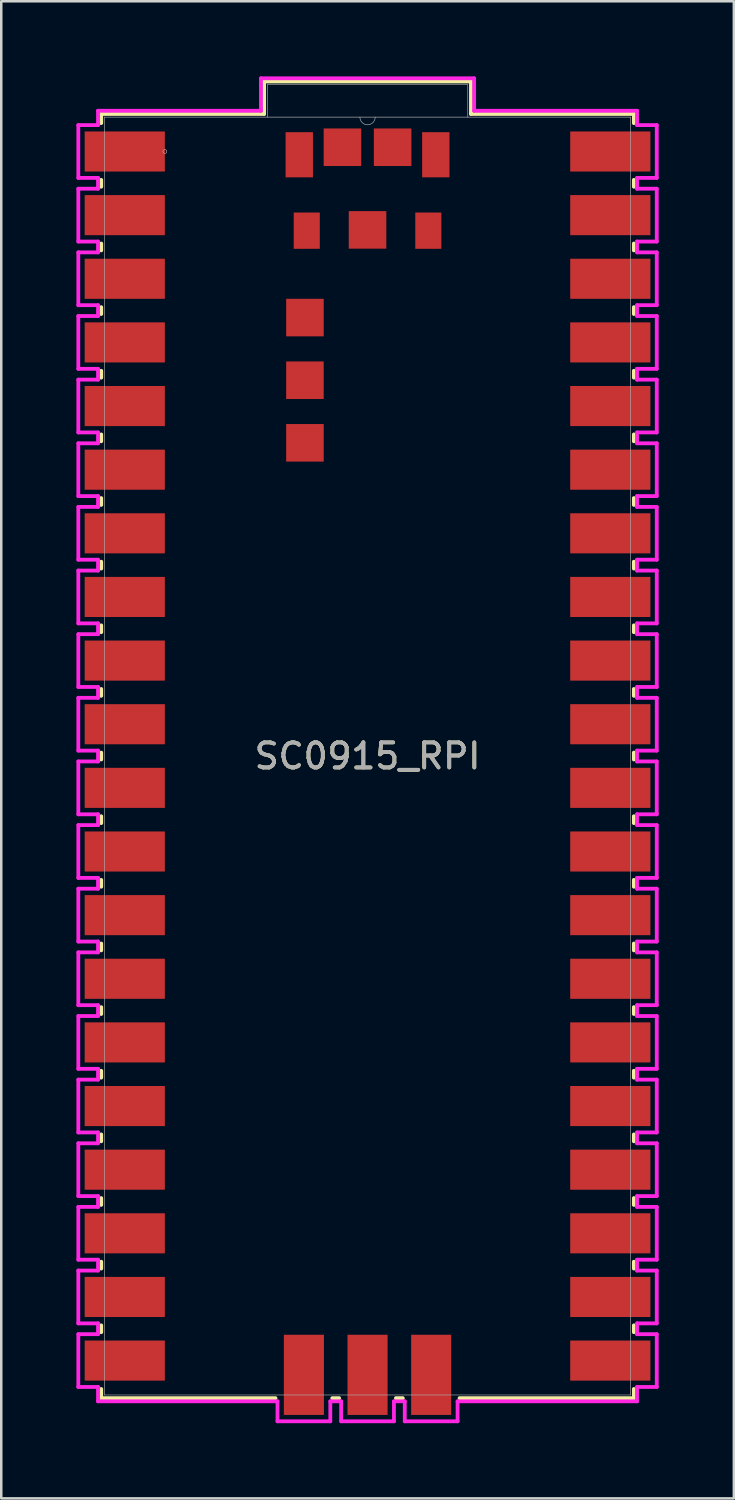
<source format=kicad_pcb>
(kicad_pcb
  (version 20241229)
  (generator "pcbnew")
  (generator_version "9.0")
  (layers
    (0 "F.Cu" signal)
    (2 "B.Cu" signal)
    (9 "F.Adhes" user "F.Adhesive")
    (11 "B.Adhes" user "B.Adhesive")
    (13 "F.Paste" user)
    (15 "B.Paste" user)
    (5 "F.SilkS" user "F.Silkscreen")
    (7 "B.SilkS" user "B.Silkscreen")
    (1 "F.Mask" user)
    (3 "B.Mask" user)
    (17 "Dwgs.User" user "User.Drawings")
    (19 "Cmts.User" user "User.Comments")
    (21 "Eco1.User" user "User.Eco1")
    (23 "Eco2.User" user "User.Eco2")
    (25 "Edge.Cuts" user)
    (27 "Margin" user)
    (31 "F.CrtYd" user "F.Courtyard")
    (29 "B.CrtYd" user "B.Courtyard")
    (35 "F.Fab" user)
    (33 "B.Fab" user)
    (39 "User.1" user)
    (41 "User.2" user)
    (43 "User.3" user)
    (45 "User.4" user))
  (footprint "SC0915_RPI"
    (layer "F.Cu")
    (at 11.62 27.127)
    (property "Reference" "SC0915_RPI" (at 0 0 0) (unlocked yes) (layer "F.SilkS") (effects (font (size 1 1) (thickness 0.15))))
    (attr smd)
    (fp_line (start -10.63 -25.629) (end -4.128 -25.629) (stroke (width 0.152) (type solid)) (layer "F.SilkS"))
    (fp_line (start -10.63 -25.263) (end -10.63 -25.629) (stroke (width 0.152) (type solid)) (layer "F.SilkS"))
    (fp_line (start -10.63 -22.723) (end -10.63 -22.997) (stroke (width 0.152) (type solid)) (layer "F.SilkS"))
    (fp_line (start -10.63 -20.183) (end -10.63 -20.457) (stroke (width 0.152) (type solid)) (layer "F.SilkS"))
    (fp_line (start -10.63 -17.643) (end -10.63 -17.917) (stroke (width 0.152) (type solid)) (layer "F.SilkS"))
    (fp_line (start -10.63 -15.103) (end -10.63 -15.377) (stroke (width 0.152) (type solid)) (layer "F.SilkS"))
    (fp_line (start -10.63 -12.563) (end -10.63 -12.837) (stroke (width 0.152) (type solid)) (layer "F.SilkS"))
    (fp_line (start -10.63 -10.023) (end -10.63 -10.297) (stroke (width 0.152) (type solid)) (layer "F.SilkS"))
    (fp_line (start -10.63 -7.483) (end -10.63 -7.757) (stroke (width 0.152) (type solid)) (layer "F.SilkS"))
    (fp_line (start -10.63 -4.943) (end -10.63 -5.217) (stroke (width 0.152) (type solid)) (layer "F.SilkS"))
    (fp_line (start -10.63 -2.403) (end -10.63 -2.677) (stroke (width 0.152) (type solid)) (layer "F.SilkS"))
    (fp_line (start -10.63 0.137) (end -10.63 -0.137) (stroke (width 0.152) (type solid)) (layer "F.SilkS"))
    (fp_line (start -10.63 2.677) (end -10.63 2.403) (stroke (width 0.152) (type solid)) (layer "F.SilkS"))
    (fp_line (start -10.63 5.217) (end -10.63 4.943) (stroke (width 0.152) (type solid)) (layer "F.SilkS"))
    (fp_line (start -10.63 7.757) (end -10.63 7.483) (stroke (width 0.152) (type solid)) (layer "F.SilkS"))
    (fp_line (start -10.63 10.297) (end -10.63 10.023) (stroke (width 0.152) (type solid)) (layer "F.SilkS"))
    (fp_line (start -10.63 12.837) (end -10.63 12.563) (stroke (width 0.152) (type solid)) (layer "F.SilkS"))
    (fp_line (start -10.63 15.377) (end -10.63 15.103) (stroke (width 0.152) (type solid)) (layer "F.SilkS"))
    (fp_line (start -10.63 17.917) (end -10.63 17.643) (stroke (width 0.152) (type solid)) (layer "F.SilkS"))
    (fp_line (start -10.63 20.457) (end -10.63 20.183) (stroke (width 0.152) (type solid)) (layer "F.SilkS"))
    (fp_line (start -10.63 22.997) (end -10.63 22.723) (stroke (width 0.152) (type solid)) (layer "F.SilkS"))
    (fp_line (start -10.63 25.629) (end -10.63 25.263) (stroke (width 0.152) (type solid)) (layer "F.SilkS"))
    (fp_line (start -4.128 -26.924) (end 4.128 -26.924) (stroke (width 0.152) (type solid)) (layer "F.SilkS"))
    (fp_line (start -4.128 -25.629) (end -4.128 -26.924) (stroke (width 0.152) (type solid)) (layer "F.SilkS"))
    (fp_line (start -3.673 25.629) (end -10.63 25.629) (stroke (width 0.152) (type solid)) (layer "F.SilkS"))
    (fp_line (start -1.133 25.629) (end -1.407 25.629) (stroke (width 0.152) (type solid)) (layer "F.SilkS"))
    (fp_line (start 1.407 25.629) (end 1.133 25.629) (stroke (width 0.152) (type solid)) (layer "F.SilkS"))
    (fp_line (start 4.128 -26.924) (end 4.128 -25.629) (stroke (width 0.152) (type solid)) (layer "F.SilkS"))
    (fp_line (start 4.128 -25.629) (end 10.63 -25.629) (stroke (width 0.152) (type solid)) (layer "F.SilkS"))
    (fp_line (start 10.63 -25.629) (end 10.63 -25.263) (stroke (width 0.152) (type solid)) (layer "F.SilkS"))
    (fp_line (start 10.63 -22.997) (end 10.63 -22.723) (stroke (width 0.152) (type solid)) (layer "F.SilkS"))
    (fp_line (start 10.63 -20.457) (end 10.63 -20.183) (stroke (width 0.152) (type solid)) (layer "F.SilkS"))
    (fp_line (start 10.63 -17.917) (end 10.63 -17.643) (stroke (width 0.152) (type solid)) (layer "F.SilkS"))
    (fp_line (start 10.63 -15.377) (end 10.63 -15.103) (stroke (width 0.152) (type solid)) (layer "F.SilkS"))
    (fp_line (start 10.63 -12.837) (end 10.63 -12.563) (stroke (width 0.152) (type solid)) (layer "F.SilkS"))
    (fp_line (start 10.63 -10.297) (end 10.63 -10.023) (stroke (width 0.152) (type solid)) (layer "F.SilkS"))
    (fp_line (start 10.63 -7.757) (end 10.63 -7.483) (stroke (width 0.152) (type solid)) (layer "F.SilkS"))
    (fp_line (start 10.63 -5.217) (end 10.63 -4.943) (stroke (width 0.152) (type solid)) (layer "F.SilkS"))
    (fp_line (start 10.63 -2.677) (end 10.63 -2.403) (stroke (width 0.152) (type solid)) (layer "F.SilkS"))
    (fp_line (start 10.63 -0.137) (end 10.63 0.137) (stroke (width 0.152) (type solid)) (layer "F.SilkS"))
    (fp_line (start 10.63 2.403) (end 10.63 2.677) (stroke (width 0.152) (type solid)) (layer "F.SilkS"))
    (fp_line (start 10.63 4.943) (end 10.63 5.217) (stroke (width 0.152) (type solid)) (layer "F.SilkS"))
    (fp_line (start 10.63 7.483) (end 10.63 7.757) (stroke (width 0.152) (type solid)) (layer "F.SilkS"))
    (fp_line (start 10.63 10.023) (end 10.63 10.297) (stroke (width 0.152) (type solid)) (layer "F.SilkS"))
    (fp_line (start 10.63 12.563) (end 10.63 12.837) (stroke (width 0.152) (type solid)) (layer "F.SilkS"))
    (fp_line (start 10.63 15.103) (end 10.63 15.377) (stroke (width 0.152) (type solid)) (layer "F.SilkS"))
    (fp_line (start 10.63 17.643) (end 10.63 17.917) (stroke (width 0.152) (type solid)) (layer "F.SilkS"))
    (fp_line (start 10.63 20.183) (end 10.63 20.457) (stroke (width 0.152) (type solid)) (layer "F.SilkS"))
    (fp_line (start 10.63 22.723) (end 10.63 22.997) (stroke (width 0.152) (type solid)) (layer "F.SilkS"))
    (fp_line (start 10.63 25.263) (end 10.63 25.629) (stroke (width 0.152) (type solid)) (layer "F.SilkS"))
    (fp_line (start 10.63 25.629) (end 3.673 25.629) (stroke (width 0.152) (type solid)) (layer "F.SilkS"))
    (fp_line (start -11.544 -25.184) (end -11.544 -23.076) (stroke (width 0.152) (type solid)) (layer "F.CrtYd"))
    (fp_line (start -11.544 -23.076) (end -10.757 -23.076) (stroke (width 0.152) (type solid)) (layer "F.CrtYd"))
    (fp_line (start -11.544 -22.644) (end -11.544 -20.536) (stroke (width 0.152) (type solid)) (layer "F.CrtYd"))
    (fp_line (start -11.544 -20.536) (end -10.757 -20.536) (stroke (width 0.152) (type solid)) (layer "F.CrtYd"))
    (fp_line (start -11.544 -20.104) (end -11.544 -17.996) (stroke (width 0.152) (type solid)) (layer "F.CrtYd"))
    (fp_line (start -11.544 -17.996) (end -10.757 -17.996) (stroke (width 0.152) (type solid)) (layer "F.CrtYd"))
    (fp_line (start -11.544 -17.564) (end -11.544 -15.456) (stroke (width 0.152) (type solid)) (layer "F.CrtYd"))
    (fp_line (start -11.544 -15.456) (end -10.757 -15.456) (stroke (width 0.152) (type solid)) (layer "F.CrtYd"))
    (fp_line (start -11.544 -15.024) (end -11.544 -12.916) (stroke (width 0.152) (type solid)) (layer "F.CrtYd"))
    (fp_line (start -11.544 -12.916) (end -10.757 -12.916) (stroke (width 0.152) (type solid)) (layer "F.CrtYd"))
    (fp_line (start -11.544 -12.484) (end -11.544 -10.376) (stroke (width 0.152) (type solid)) (layer "F.CrtYd"))
    (fp_line (start -11.544 -10.376) (end -10.757 -10.376) (stroke (width 0.152) (type solid)) (layer "F.CrtYd"))
    (fp_line (start -11.544 -9.944) (end -11.544 -7.836) (stroke (width 0.152) (type solid)) (layer "F.CrtYd"))
    (fp_line (start -11.544 -7.836) (end -10.757 -7.836) (stroke (width 0.152) (type solid)) (layer "F.CrtYd"))
    (fp_line (start -11.544 -7.404) (end -11.544 -5.296) (stroke (width 0.152) (type solid)) (layer "F.CrtYd"))
    (fp_line (start -11.544 -5.296) (end -10.757 -5.296) (stroke (width 0.152) (type solid)) (layer "F.CrtYd"))
    (fp_line (start -11.544 -4.864) (end -11.544 -2.756) (stroke (width 0.152) (type solid)) (layer "F.CrtYd"))
    (fp_line (start -11.544 -2.756) (end -10.757 -2.756) (stroke (width 0.152) (type solid)) (layer "F.CrtYd"))
    (fp_line (start -11.544 -2.324) (end -11.544 -0.216) (stroke (width 0.152) (type solid)) (layer "F.CrtYd"))
    (fp_line (start -11.544 -0.216) (end -10.757 -0.216) (stroke (width 0.152) (type solid)) (layer "F.CrtYd"))
    (fp_line (start -11.544 0.216) (end -11.544 2.324) (stroke (width 0.152) (type solid)) (layer "F.CrtYd"))
    (fp_line (start -11.544 2.324) (end -10.757 2.324) (stroke (width 0.152) (type solid)) (layer "F.CrtYd"))
    (fp_line (start -11.544 2.756) (end -11.544 4.864) (stroke (width 0.152) (type solid)) (layer "F.CrtYd"))
    (fp_line (start -11.544 4.864) (end -10.757 4.864) (stroke (width 0.152) (type solid)) (layer "F.CrtYd"))
    (fp_line (start -11.544 5.296) (end -11.544 7.404) (stroke (width 0.152) (type solid)) (layer "F.CrtYd"))
    (fp_line (start -11.544 7.404) (end -10.757 7.404) (stroke (width 0.152) (type solid)) (layer "F.CrtYd"))
    (fp_line (start -11.544 7.836) (end -11.544 9.944) (stroke (width 0.152) (type solid)) (layer "F.CrtYd"))
    (fp_line (start -11.544 9.944) (end -10.757 9.944) (stroke (width 0.152) (type solid)) (layer "F.CrtYd"))
    (fp_line (start -11.544 10.376) (end -11.544 12.484) (stroke (width 0.152) (type solid)) (layer "F.CrtYd"))
    (fp_line (start -11.544 12.484) (end -10.757 12.484) (stroke (width 0.152) (type solid)) (layer "F.CrtYd"))
    (fp_line (start -11.544 12.916) (end -11.544 15.024) (stroke (width 0.152) (type solid)) (layer "F.CrtYd"))
    (fp_line (start -11.544 15.024) (end -10.757 15.024) (stroke (width 0.152) (type solid)) (layer "F.CrtYd"))
    (fp_line (start -11.544 15.456) (end -11.544 17.564) (stroke (width 0.152) (type solid)) (layer "F.CrtYd"))
    (fp_line (start -11.544 17.564) (end -10.757 17.564) (stroke (width 0.152) (type solid)) (layer "F.CrtYd"))
    (fp_line (start -11.544 17.996) (end -11.544 20.104) (stroke (width 0.152) (type solid)) (layer "F.CrtYd"))
    (fp_line (start -11.544 20.104) (end -10.757 20.104) (stroke (width 0.152) (type solid)) (layer "F.CrtYd"))
    (fp_line (start -11.544 20.536) (end -11.544 22.644) (stroke (width 0.152) (type solid)) (layer "F.CrtYd"))
    (fp_line (start -11.544 22.644) (end -10.757 22.644) (stroke (width 0.152) (type solid)) (layer "F.CrtYd"))
    (fp_line (start -11.544 23.076) (end -11.544 25.184) (stroke (width 0.152) (type solid)) (layer "F.CrtYd"))
    (fp_line (start -11.544 25.184) (end -10.757 25.184) (stroke (width 0.152) (type solid)) (layer "F.CrtYd"))
    (fp_line (start -10.757 -25.756) (end -10.757 -25.184) (stroke (width 0.152) (type solid)) (layer "F.CrtYd"))
    (fp_line (start -10.757 -25.184) (end -11.544 -25.184) (stroke (width 0.152) (type solid)) (layer "F.CrtYd"))
    (fp_line (start -10.757 -23.076) (end -10.757 -22.644) (stroke (width 0.152) (type solid)) (layer "F.CrtYd"))
    (fp_line (start -10.757 -22.644) (end -11.544 -22.644) (stroke (width 0.152) (type solid)) (layer "F.CrtYd"))
    (fp_line (start -10.757 -20.536) (end -10.757 -20.104) (stroke (width 0.152) (type solid)) (layer "F.CrtYd"))
    (fp_line (start -10.757 -20.104) (end -11.544 -20.104) (stroke (width 0.152) (type solid)) (layer "F.CrtYd"))
    (fp_line (start -10.757 -17.996) (end -10.757 -17.564) (stroke (width 0.152) (type solid)) (layer "F.CrtYd"))
    (fp_line (start -10.757 -17.564) (end -11.544 -17.564) (stroke (width 0.152) (type solid)) (layer "F.CrtYd"))
    (fp_line (start -10.757 -15.456) (end -10.757 -15.024) (stroke (width 0.152) (type solid)) (layer "F.CrtYd"))
    (fp_line (start -10.757 -15.024) (end -11.544 -15.024) (stroke (width 0.152) (type solid)) (layer "F.CrtYd"))
    (fp_line (start -10.757 -12.916) (end -10.757 -12.484) (stroke (width 0.152) (type solid)) (layer "F.CrtYd"))
    (fp_line (start -10.757 -12.484) (end -11.544 -12.484) (stroke (width 0.152) (type solid)) (layer "F.CrtYd"))
    (fp_line (start -10.757 -10.376) (end -10.757 -9.944) (stroke (width 0.152) (type solid)) (layer "F.CrtYd"))
    (fp_line (start -10.757 -9.944) (end -11.544 -9.944) (stroke (width 0.152) (type solid)) (layer "F.CrtYd"))
    (fp_line (start -10.757 -7.836) (end -10.757 -7.404) (stroke (width 0.152) (type solid)) (layer "F.CrtYd"))
    (fp_line (start -10.757 -7.404) (end -11.544 -7.404) (stroke (width 0.152) (type solid)) (layer "F.CrtYd"))
    (fp_line (start -10.757 -5.296) (end -10.757 -4.864) (stroke (width 0.152) (type solid)) (layer "F.CrtYd"))
    (fp_line (start -10.757 -4.864) (end -11.544 -4.864) (stroke (width 0.152) (type solid)) (layer "F.CrtYd"))
    (fp_line (start -10.757 -2.756) (end -10.757 -2.324) (stroke (width 0.152) (type solid)) (layer "F.CrtYd"))
    (fp_line (start -10.757 -2.324) (end -11.544 -2.324) (stroke (width 0.152) (type solid)) (layer "F.CrtYd"))
    (fp_line (start -10.757 -0.216) (end -10.757 0.216) (stroke (width 0.152) (type solid)) (layer "F.CrtYd"))
    (fp_line (start -10.757 0.216) (end -11.544 0.216) (stroke (width 0.152) (type solid)) (layer "F.CrtYd"))
    (fp_line (start -10.757 2.324) (end -10.757 2.756) (stroke (width 0.152) (type solid)) (layer "F.CrtYd"))
    (fp_line (start -10.757 2.756) (end -11.544 2.756) (stroke (width 0.152) (type solid)) (layer "F.CrtYd"))
    (fp_line (start -10.757 4.864) (end -10.757 5.296) (stroke (width 0.152) (type solid)) (layer "F.CrtYd"))
    (fp_line (start -10.757 5.296) (end -11.544 5.296) (stroke (width 0.152) (type solid)) (layer "F.CrtYd"))
    (fp_line (start -10.757 7.404) (end -10.757 7.836) (stroke (width 0.152) (type solid)) (layer "F.CrtYd"))
    (fp_line (start -10.757 7.836) (end -11.544 7.836) (stroke (width 0.152) (type solid)) (layer "F.CrtYd"))
    (fp_line (start -10.757 9.944) (end -10.757 10.376) (stroke (width 0.152) (type solid)) (layer "F.CrtYd"))
    (fp_line (start -10.757 10.376) (end -11.544 10.376) (stroke (width 0.152) (type solid)) (layer "F.CrtYd"))
    (fp_line (start -10.757 12.484) (end -10.757 12.916) (stroke (width 0.152) (type solid)) (layer "F.CrtYd"))
    (fp_line (start -10.757 12.916) (end -11.544 12.916) (stroke (width 0.152) (type solid)) (layer "F.CrtYd"))
    (fp_line (start -10.757 15.024) (end -10.757 15.456) (stroke (width 0.152) (type solid)) (layer "F.CrtYd"))
    (fp_line (start -10.757 15.456) (end -11.544 15.456) (stroke (width 0.152) (type solid)) (layer "F.CrtYd"))
    (fp_line (start -10.757 17.564) (end -10.757 17.996) (stroke (width 0.152) (type solid)) (layer "F.CrtYd"))
    (fp_line (start -10.757 17.996) (end -11.544 17.996) (stroke (width 0.152) (type solid)) (layer "F.CrtYd"))
    (fp_line (start -10.757 20.104) (end -10.757 20.536) (stroke (width 0.152) (type solid)) (layer "F.CrtYd"))
    (fp_line (start -10.757 20.536) (end -11.544 20.536) (stroke (width 0.152) (type solid)) (layer "F.CrtYd"))
    (fp_line (start -10.757 22.644) (end -10.757 23.076) (stroke (width 0.152) (type solid)) (layer "F.CrtYd"))
    (fp_line (start -10.757 23.076) (end -11.544 23.076) (stroke (width 0.152) (type solid)) (layer "F.CrtYd"))
    (fp_line (start -10.757 25.184) (end -10.757 25.756) (stroke (width 0.152) (type solid)) (layer "F.CrtYd"))
    (fp_line (start -10.757 25.756) (end -3.594 25.756) (stroke (width 0.152) (type solid)) (layer "F.CrtYd"))
    (fp_line (start -4.255 -27.051) (end -4.255 -25.756) (stroke (width 0.152) (type solid)) (layer "F.CrtYd"))
    (fp_line (start -4.255 -25.756) (end -10.757 -25.756) (stroke (width 0.152) (type solid)) (layer "F.CrtYd"))
    (fp_line (start -3.594 25.756) (end -3.594 26.553) (stroke (width 0.152) (type solid)) (layer "F.CrtYd"))
    (fp_line (start -3.594 26.553) (end -1.486 26.553) (stroke (width 0.152) (type solid)) (layer "F.CrtYd"))
    (fp_line (start -1.486 25.756) (end -1.054 25.756) (stroke (width 0.152) (type solid)) (layer "F.CrtYd"))
    (fp_line (start -1.486 26.553) (end -1.486 25.756) (stroke (width 0.152) (type solid)) (layer "F.CrtYd"))
    (fp_line (start -1.054 25.756) (end -1.054 26.553) (stroke (width 0.152) (type solid)) (layer "F.CrtYd"))
    (fp_line (start -1.054 26.553) (end 1.054 26.553) (stroke (width 0.152) (type solid)) (layer "F.CrtYd"))
    (fp_line (start 1.054 25.756) (end 1.486 25.756) (stroke (width 0.152) (type solid)) (layer "F.CrtYd"))
    (fp_line (start 1.054 26.553) (end 1.054 25.756) (stroke (width 0.152) (type solid)) (layer "F.CrtYd"))
    (fp_line (start 1.486 25.756) (end 1.486 26.553) (stroke (width 0.152) (type solid)) (layer "F.CrtYd"))
    (fp_line (start 1.486 26.553) (end 3.594 26.553) (stroke (width 0.152) (type solid)) (layer "F.CrtYd"))
    (fp_line (start 3.594 25.756) (end 10.757 25.756) (stroke (width 0.152) (type solid)) (layer "F.CrtYd"))
    (fp_line (start 3.594 26.553) (end 3.594 25.756) (stroke (width 0.152) (type solid)) (layer "F.CrtYd"))
    (fp_line (start 4.255 -27.051) (end -4.255 -27.051) (stroke (width 0.152) (type solid)) (layer "F.CrtYd"))
    (fp_line (start 4.255 -25.756) (end 4.255 -27.051) (stroke (width 0.152) (type solid)) (layer "F.CrtYd"))
    (fp_line (start 10.757 -25.756) (end 4.255 -25.756) (stroke (width 0.152) (type solid)) (layer "F.CrtYd"))
    (fp_line (start 10.757 -25.184) (end 10.757 -25.756) (stroke (width 0.152) (type solid)) (layer "F.CrtYd"))
    (fp_line (start 10.757 -23.076) (end 11.544 -23.076) (stroke (width 0.152) (type solid)) (layer "F.CrtYd"))
    (fp_line (start 10.757 -22.644) (end 10.757 -23.076) (stroke (width 0.152) (type solid)) (layer "F.CrtYd"))
    (fp_line (start 10.757 -20.536) (end 11.544 -20.536) (stroke (width 0.152) (type solid)) (layer "F.CrtYd"))
    (fp_line (start 10.757 -20.104) (end 10.757 -20.536) (stroke (width 0.152) (type solid)) (layer "F.CrtYd"))
    (fp_line (start 10.757 -17.996) (end 11.544 -17.996) (stroke (width 0.152) (type solid)) (layer "F.CrtYd"))
    (fp_line (start 10.757 -17.564) (end 10.757 -17.996) (stroke (width 0.152) (type solid)) (layer "F.CrtYd"))
    (fp_line (start 10.757 -15.456) (end 11.544 -15.456) (stroke (width 0.152) (type solid)) (layer "F.CrtYd"))
    (fp_line (start 10.757 -15.024) (end 10.757 -15.456) (stroke (width 0.152) (type solid)) (layer "F.CrtYd"))
    (fp_line (start 10.757 -12.916) (end 11.544 -12.916) (stroke (width 0.152) (type solid)) (layer "F.CrtYd"))
    (fp_line (start 10.757 -12.484) (end 10.757 -12.916) (stroke (width 0.152) (type solid)) (layer "F.CrtYd"))
    (fp_line (start 10.757 -10.376) (end 11.544 -10.376) (stroke (width 0.152) (type solid)) (layer "F.CrtYd"))
    (fp_line (start 10.757 -9.944) (end 10.757 -10.376) (stroke (width 0.152) (type solid)) (layer "F.CrtYd"))
    (fp_line (start 10.757 -7.836) (end 11.544 -7.836) (stroke (width 0.152) (type solid)) (layer "F.CrtYd"))
    (fp_line (start 10.757 -7.404) (end 10.757 -7.836) (stroke (width 0.152) (type solid)) (layer "F.CrtYd"))
    (fp_line (start 10.757 -5.296) (end 11.544 -5.296) (stroke (width 0.152) (type solid)) (layer "F.CrtYd"))
    (fp_line (start 10.757 -4.864) (end 10.757 -5.296) (stroke (width 0.152) (type solid)) (layer "F.CrtYd"))
    (fp_line (start 10.757 -2.756) (end 11.544 -2.756) (stroke (width 0.152) (type solid)) (layer "F.CrtYd"))
    (fp_line (start 10.757 -2.324) (end 10.757 -2.756) (stroke (width 0.152) (type solid)) (layer "F.CrtYd"))
    (fp_line (start 10.757 -0.216) (end 11.544 -0.216) (stroke (width 0.152) (type solid)) (layer "F.CrtYd"))
    (fp_line (start 10.757 0.216) (end 10.757 -0.216) (stroke (width 0.152) (type solid)) (layer "F.CrtYd"))
    (fp_line (start 10.757 2.324) (end 11.544 2.324) (stroke (width 0.152) (type solid)) (layer "F.CrtYd"))
    (fp_line (start 10.757 2.756) (end 10.757 2.324) (stroke (width 0.152) (type solid)) (layer "F.CrtYd"))
    (fp_line (start 10.757 4.864) (end 11.544 4.864) (stroke (width 0.152) (type solid)) (layer "F.CrtYd"))
    (fp_line (start 10.757 5.296) (end 10.757 4.864) (stroke (width 0.152) (type solid)) (layer "F.CrtYd"))
    (fp_line (start 10.757 7.404) (end 11.544 7.404) (stroke (width 0.152) (type solid)) (layer "F.CrtYd"))
    (fp_line (start 10.757 7.836) (end 10.757 7.404) (stroke (width 0.152) (type solid)) (layer "F.CrtYd"))
    (fp_line (start 10.757 9.944) (end 11.544 9.944) (stroke (width 0.152) (type solid)) (layer "F.CrtYd"))
    (fp_line (start 10.757 10.376) (end 10.757 9.944) (stroke (width 0.152) (type solid)) (layer "F.CrtYd"))
    (fp_line (start 10.757 12.484) (end 11.544 12.484) (stroke (width 0.152) (type solid)) (layer "F.CrtYd"))
    (fp_line (start 10.757 12.916) (end 10.757 12.484) (stroke (width 0.152) (type solid)) (layer "F.CrtYd"))
    (fp_line (start 10.757 15.024) (end 11.544 15.024) (stroke (width 0.152) (type solid)) (layer "F.CrtYd"))
    (fp_line (start 10.757 15.456) (end 10.757 15.024) (stroke (width 0.152) (type solid)) (layer "F.CrtYd"))
    (fp_line (start 10.757 17.564) (end 11.544 17.564) (stroke (width 0.152) (type solid)) (layer "F.CrtYd"))
    (fp_line (start 10.757 17.996) (end 10.757 17.564) (stroke (width 0.152) (type solid)) (layer "F.CrtYd"))
    (fp_line (start 10.757 20.104) (end 11.544 20.104) (stroke (width 0.152) (type solid)) (layer "F.CrtYd"))
    (fp_line (start 10.757 20.536) (end 10.757 20.104) (stroke (width 0.152) (type solid)) (layer "F.CrtYd"))
    (fp_line (start 10.757 22.644) (end 11.544 22.644) (stroke (width 0.152) (type solid)) (layer "F.CrtYd"))
    (fp_line (start 10.757 23.076) (end 10.757 22.644) (stroke (width 0.152) (type solid)) (layer "F.CrtYd"))
    (fp_line (start 10.757 25.184) (end 11.544 25.184) (stroke (width 0.152) (type solid)) (layer "F.CrtYd"))
    (fp_line (start 10.757 25.756) (end 10.757 25.184) (stroke (width 0.152) (type solid)) (layer "F.CrtYd"))
    (fp_line (start 11.544 -25.184) (end 10.757 -25.184) (stroke (width 0.152) (type solid)) (layer "F.CrtYd"))
    (fp_line (start 11.544 -23.076) (end 11.544 -25.184) (stroke (width 0.152) (type solid)) (layer "F.CrtYd"))
    (fp_line (start 11.544 -22.644) (end 10.757 -22.644) (stroke (width 0.152) (type solid)) (layer "F.CrtYd"))
    (fp_line (start 11.544 -20.536) (end 11.544 -22.644) (stroke (width 0.152) (type solid)) (layer "F.CrtYd"))
    (fp_line (start 11.544 -20.104) (end 10.757 -20.104) (stroke (width 0.152) (type solid)) (layer "F.CrtYd"))
    (fp_line (start 11.544 -17.996) (end 11.544 -20.104) (stroke (width 0.152) (type solid)) (layer "F.CrtYd"))
    (fp_line (start 11.544 -17.564) (end 10.757 -17.564) (stroke (width 0.152) (type solid)) (layer "F.CrtYd"))
    (fp_line (start 11.544 -15.456) (end 11.544 -17.564) (stroke (width 0.152) (type solid)) (layer "F.CrtYd"))
    (fp_line (start 11.544 -15.024) (end 10.757 -15.024) (stroke (width 0.152) (type solid)) (layer "F.CrtYd"))
    (fp_line (start 11.544 -12.916) (end 11.544 -15.024) (stroke (width 0.152) (type solid)) (layer "F.CrtYd"))
    (fp_line (start 11.544 -12.484) (end 10.757 -12.484) (stroke (width 0.152) (type solid)) (layer "F.CrtYd"))
    (fp_line (start 11.544 -10.376) (end 11.544 -12.484) (stroke (width 0.152) (type solid)) (layer "F.CrtYd"))
    (fp_line (start 11.544 -9.944) (end 10.757 -9.944) (stroke (width 0.152) (type solid)) (layer "F.CrtYd"))
    (fp_line (start 11.544 -7.836) (end 11.544 -9.944) (stroke (width 0.152) (type solid)) (layer "F.CrtYd"))
    (fp_line (start 11.544 -7.404) (end 10.757 -7.404) (stroke (width 0.152) (type solid)) (layer "F.CrtYd"))
    (fp_line (start 11.544 -5.296) (end 11.544 -7.404) (stroke (width 0.152) (type solid)) (layer "F.CrtYd"))
    (fp_line (start 11.544 -4.864) (end 10.757 -4.864) (stroke (width 0.152) (type solid)) (layer "F.CrtYd"))
    (fp_line (start 11.544 -2.756) (end 11.544 -4.864) (stroke (width 0.152) (type solid)) (layer "F.CrtYd"))
    (fp_line (start 11.544 -2.324) (end 10.757 -2.324) (stroke (width 0.152) (type solid)) (layer "F.CrtYd"))
    (fp_line (start 11.544 -0.216) (end 11.544 -2.324) (stroke (width 0.152) (type solid)) (layer "F.CrtYd"))
    (fp_line (start 11.544 0.216) (end 10.757 0.216) (stroke (width 0.152) (type solid)) (layer "F.CrtYd"))
    (fp_line (start 11.544 2.324) (end 11.544 0.216) (stroke (width 0.152) (type solid)) (layer "F.CrtYd"))
    (fp_line (start 11.544 2.756) (end 10.757 2.756) (stroke (width 0.152) (type solid)) (layer "F.CrtYd"))
    (fp_line (start 11.544 4.864) (end 11.544 2.756) (stroke (width 0.152) (type solid)) (layer "F.CrtYd"))
    (fp_line (start 11.544 5.296) (end 10.757 5.296) (stroke (width 0.152) (type solid)) (layer "F.CrtYd"))
    (fp_line (start 11.544 7.404) (end 11.544 5.296) (stroke (width 0.152) (type solid)) (layer "F.CrtYd"))
    (fp_line (start 11.544 7.836) (end 10.757 7.836) (stroke (width 0.152) (type solid)) (layer "F.CrtYd"))
    (fp_line (start 11.544 9.944) (end 11.544 7.836) (stroke (width 0.152) (type solid)) (layer "F.CrtYd"))
    (fp_line (start 11.544 10.376) (end 10.757 10.376) (stroke (width 0.152) (type solid)) (layer "F.CrtYd"))
    (fp_line (start 11.544 12.484) (end 11.544 10.376) (stroke (width 0.152) (type solid)) (layer "F.CrtYd"))
    (fp_line (start 11.544 12.916) (end 10.757 12.916) (stroke (width 0.152) (type solid)) (layer "F.CrtYd"))
    (fp_line (start 11.544 15.024) (end 11.544 12.916) (stroke (width 0.152) (type solid)) (layer "F.CrtYd"))
    (fp_line (start 11.544 15.456) (end 10.757 15.456) (stroke (width 0.152) (type solid)) (layer "F.CrtYd"))
    (fp_line (start 11.544 17.564) (end 11.544 15.456) (stroke (width 0.152) (type solid)) (layer "F.CrtYd"))
    (fp_line (start 11.544 17.996) (end 10.757 17.996) (stroke (width 0.152) (type solid)) (layer "F.CrtYd"))
    (fp_line (start 11.544 20.104) (end 11.544 17.996) (stroke (width 0.152) (type solid)) (layer "F.CrtYd"))
    (fp_line (start 11.544 20.536) (end 10.757 20.536) (stroke (width 0.152) (type solid)) (layer "F.CrtYd"))
    (fp_line (start 11.544 22.644) (end 11.544 20.536) (stroke (width 0.152) (type solid)) (layer "F.CrtYd"))
    (fp_line (start 11.544 23.076) (end 10.757 23.076) (stroke (width 0.152) (type solid)) (layer "F.CrtYd"))
    (fp_line (start 11.544 25.184) (end 11.544 23.076) (stroke (width 0.152) (type solid)) (layer "F.CrtYd"))
    (fp_line (start -10.503 -25.502) (end -10.503 25.502) (stroke (width 0.025) (type solid)) (layer "F.Fab"))
    (fp_line (start -10.503 25.502) (end 10.503 25.502) (stroke (width 0.025) (type solid)) (layer "F.Fab"))
    (fp_line (start -4 -26.797) (end -4 -25.502) (stroke (width 0.025) (type solid)) (layer "F.Fab"))
    (fp_line (start -4 -26.797) (end 4 -26.797) (stroke (width 0.025) (type solid)) (layer "F.Fab"))
    (fp_line (start 4 -26.797) (end 4 -25.502) (stroke (width 0.025) (type solid)) (layer "F.Fab"))
    (fp_line (start 10.503 -25.502) (end -10.503 -25.502) (stroke (width 0.025) (type solid)) (layer "F.Fab"))
    (fp_line (start 10.503 25.502) (end 10.503 -25.502) (stroke (width 0.025) (type solid)) (layer "F.Fab"))
    (fp_arc (start 0.3048 -25.5016) (mid 0 -25.1968) (end -0.3048 -25.5016) (stroke (width 0.0254) (type solid)) (layer "F.Fab"))
    (fp_circle (center -8.09 -24.13) (end -8.014 -24.13) (stroke (width 0.025) (type solid)) (fill no) (layer "F.Fab"))
    (fp_text user "${REFERENCE}" (at 0 0 0) (unlocked yes) (layer "F.Fab") (effects (font (size 1 1) (thickness 0.15))))
    (pad "1" smd rect (at -9.69 -24.13) (size 3.2 1.6) (layers "F.Cu" "F.Mask" "F.Paste"))
    (pad "2" smd rect (at -9.69 -21.59) (size 3.2 1.6) (layers "F.Cu" "F.Mask" "F.Paste"))
    (pad "3" smd rect (at -9.69 -19.05) (size 3.2 1.6) (layers "F.Cu" "F.Mask" "F.Paste"))
    (pad "4" smd rect (at -9.69 -16.51) (size 3.2 1.6) (layers "F.Cu" "F.Mask" "F.Paste"))
    (pad "5" smd rect (at -9.69 -13.97) (size 3.2 1.6) (layers "F.Cu" "F.Mask" "F.Paste"))
    (pad "6" smd rect (at -9.69 -11.43) (size 3.2 1.6) (layers "F.Cu" "F.Mask" "F.Paste"))
    (pad "7" smd rect (at -9.69 -8.89) (size 3.2 1.6) (layers "F.Cu" "F.Mask" "F.Paste"))
    (pad "8" smd rect (at -9.69 -6.35) (size 3.2 1.6) (layers "F.Cu" "F.Mask" "F.Paste"))
    (pad "9" smd rect (at -9.69 -3.81) (size 3.2 1.6) (layers "F.Cu" "F.Mask" "F.Paste"))
    (pad "10" smd rect (at -9.69 -1.27) (size 3.2 1.6) (layers "F.Cu" "F.Mask" "F.Paste"))
    (pad "11" smd rect (at -9.69 1.27) (size 3.2 1.6) (layers "F.Cu" "F.Mask" "F.Paste"))
    (pad "12" smd rect (at -9.69 3.81) (size 3.2 1.6) (layers "F.Cu" "F.Mask" "F.Paste"))
    (pad "13" smd rect (at -9.69 6.35) (size 3.2 1.6) (layers "F.Cu" "F.Mask" "F.Paste"))
    (pad "14" smd rect (at -9.69 8.89) (size 3.2 1.6) (layers "F.Cu" "F.Mask" "F.Paste"))
    (pad "15" smd rect (at -9.69 11.43) (size 3.2 1.6) (layers "F.Cu" "F.Mask" "F.Paste"))
    (pad "16" smd rect (at -9.69 13.97) (size 3.2 1.6) (layers "F.Cu" "F.Mask" "F.Paste"))
    (pad "17" smd rect (at -9.69 16.51) (size 3.2 1.6) (layers "F.Cu" "F.Mask" "F.Paste"))
    (pad "18" smd rect (at -9.69 19.05) (size 3.2 1.6) (layers "F.Cu" "F.Mask" "F.Paste"))
    (pad "19" smd rect (at -9.69 21.59) (size 3.2 1.6) (layers "F.Cu" "F.Mask" "F.Paste"))
    (pad "20" smd rect (at -9.69 24.13) (size 3.2 1.6) (layers "F.Cu" "F.Mask" "F.Paste"))
    (pad "21" smd rect (at 9.69 24.13) (size 3.2 1.6) (layers "F.Cu" "F.Mask" "F.Paste"))
    (pad "22" smd rect (at 9.69 21.59) (size 3.2 1.6) (layers "F.Cu" "F.Mask" "F.Paste"))
    (pad "23" smd rect (at 9.69 19.05) (size 3.2 1.6) (layers "F.Cu" "F.Mask" "F.Paste"))
    (pad "24" smd rect (at 9.69 16.51) (size 3.2 1.6) (layers "F.Cu" "F.Mask" "F.Paste"))
    (pad "25" smd rect (at 9.69 13.97) (size 3.2 1.6) (layers "F.Cu" "F.Mask" "F.Paste"))
    (pad "26" smd rect (at 9.69 11.43) (size 3.2 1.6) (layers "F.Cu" "F.Mask" "F.Paste"))
    (pad "27" smd rect (at 9.69 8.89) (size 3.2 1.6) (layers "F.Cu" "F.Mask" "F.Paste"))
    (pad "28" smd rect (at 9.69 6.35) (size 3.2 1.6) (layers "F.Cu" "F.Mask" "F.Paste"))
    (pad "29" smd rect (at 9.69 3.81) (size 3.2 1.6) (layers "F.Cu" "F.Mask" "F.Paste"))
    (pad "30" smd rect (at 9.69 1.27) (size 3.2 1.6) (layers "F.Cu" "F.Mask" "F.Paste"))
    (pad "31" smd rect (at 9.69 -1.27) (size 3.2 1.6) (layers "F.Cu" "F.Mask" "F.Paste"))
    (pad "32" smd rect (at 9.69 -3.81) (size 3.2 1.6) (layers "F.Cu" "F.Mask" "F.Paste"))
    (pad "33" smd rect (at 9.69 -6.35) (size 3.2 1.6) (layers "F.Cu" "F.Mask" "F.Paste"))
    (pad "34" smd rect (at 9.69 -8.89) (size 3.2 1.6) (layers "F.Cu" "F.Mask" "F.Paste"))
    (pad "35" smd rect (at 9.69 -11.43) (size 3.2 1.6) (layers "F.Cu" "F.Mask" "F.Paste"))
    (pad "36" smd rect (at 9.69 -13.97) (size 3.2 1.6) (layers "F.Cu" "F.Mask" "F.Paste"))
    (pad "37" smd rect (at 9.69 -16.51) (size 3.2 1.6) (layers "F.Cu" "F.Mask" "F.Paste"))
    (pad "38" smd rect (at 9.69 -19.05) (size 3.2 1.6) (layers "F.Cu" "F.Mask" "F.Paste"))
    (pad "39" smd rect (at 9.69 -21.59) (size 3.2 1.6) (layers "F.Cu" "F.Mask" "F.Paste"))
    (pad "40" smd rect (at 9.69 -24.13) (size 3.2 1.6) (layers "F.Cu" "F.Mask" "F.Paste"))
    (pad "A" smd rect (at -2.725 -24) (size 1.092 1.803) (layers "F.Cu" "F.Mask" "F.Paste"))
    (pad "B" smd rect (at 2.725 -24) (size 1.092 1.803) (layers "F.Cu" "F.Mask" "F.Paste"))
    (pad "C" smd rect (at -2.426 -20.97) (size 1.041 1.448) (layers "F.Cu" "F.Mask" "F.Paste"))
    (pad "D" smd rect (at 2.426 -20.97) (size 1.041 1.448) (layers "F.Cu" "F.Mask" "F.Paste"))
    (pad "D1" smd rect (at -2.54 24.699 90) (size 3.2 1.6) (layers "F.Cu" "F.Mask" "F.Paste"))
    (pad "D2" smd rect (at 0 24.699 90) (size 3.2 1.6) (layers "F.Cu" "F.Mask" "F.Paste"))
    (pad "D3" smd rect (at 2.54 24.699 90) (size 3.2 1.6) (layers "F.Cu" "F.Mask" "F.Paste"))
    (pad "TP1" smd rect (at 0 -21.001) (size 1.499 1.499) (layers "F.Cu" "F.Mask" "F.Paste"))
    (pad "TP2" smd rect (at 1.001 -24.3) (size 1.499 1.499) (layers "F.Cu" "F.Mask" "F.Paste"))
    (pad "TP3" smd rect (at -1.001 -24.3) (size 1.499 1.499) (layers "F.Cu" "F.Mask" "F.Paste"))
    (pad "TP4" smd rect (at -2.499 -17.501) (size 1.499 1.499) (layers "F.Cu" "F.Mask" "F.Paste"))
    (pad "TP5" smd rect (at -2.499 -15.001) (size 1.499 1.499) (layers "F.Cu" "F.Mask" "F.Paste"))
    (pad "TP6" smd rect (at -2.499 -12.502) (size 1.499 1.499) (layers "F.Cu" "F.Mask" "F.Paste")))
  (gr_rect
    (start -3 -3)
    (end 26.241 56.757)
    (stroke (width 0.1) (type default))
    (fill no)
    (layer "Edge.Cuts")))
</source>
